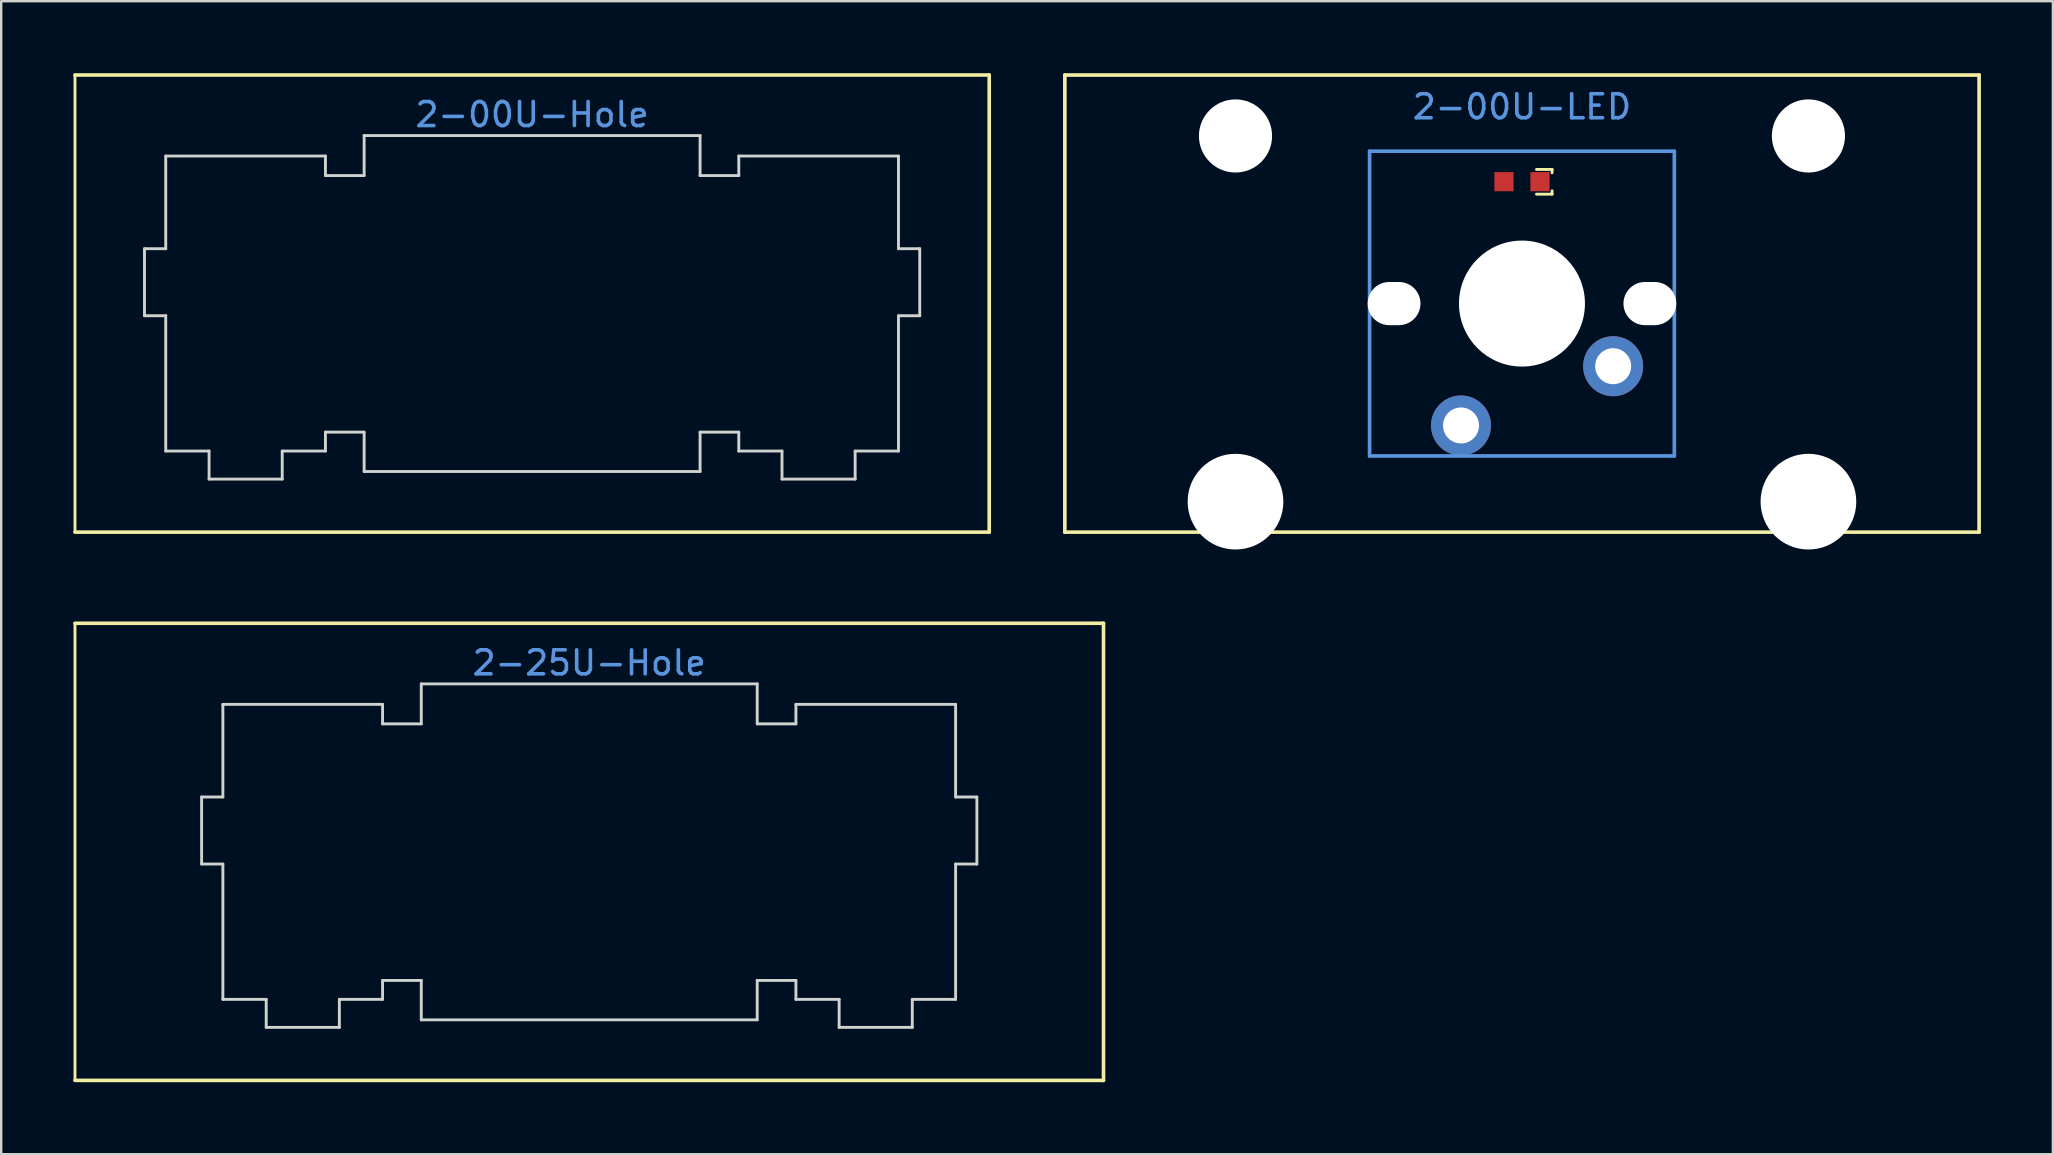
<source format=kicad_pcb>
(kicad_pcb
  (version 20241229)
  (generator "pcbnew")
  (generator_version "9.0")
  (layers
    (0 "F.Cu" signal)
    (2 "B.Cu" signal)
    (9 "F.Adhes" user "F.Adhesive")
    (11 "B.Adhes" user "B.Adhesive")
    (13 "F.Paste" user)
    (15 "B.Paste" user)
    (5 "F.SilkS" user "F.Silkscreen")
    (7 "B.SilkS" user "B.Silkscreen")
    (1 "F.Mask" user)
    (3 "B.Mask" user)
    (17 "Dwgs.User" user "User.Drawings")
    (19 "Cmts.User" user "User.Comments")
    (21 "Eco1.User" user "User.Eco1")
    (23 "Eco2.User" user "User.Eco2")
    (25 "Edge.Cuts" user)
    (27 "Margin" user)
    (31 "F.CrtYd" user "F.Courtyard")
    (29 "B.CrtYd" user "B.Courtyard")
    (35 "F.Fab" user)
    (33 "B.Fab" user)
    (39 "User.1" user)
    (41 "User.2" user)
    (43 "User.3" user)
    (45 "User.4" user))
  (footprint "2-25U-Hole"
    (layer "F.Cu")
    (at 21.506 32.45)
    (property "Reference" "2-25U-Hole" (at 0 -7.874 0) (layer "Cmts.User") (effects (font (size 1 1) (thickness 0.15))))
    (attr through_hole)
    (fp_line (start -21.431 -9.525) (end -21.431 9.525) (stroke (width 0.12) (type solid)) (layer "F.SilkS"))
    (fp_line (start -21.431 -9.525) (end 21.431 -9.525) (stroke (width 0.15) (type solid)) (layer "F.SilkS"))
    (fp_line (start 21.431 -9.525) (end 21.431 9.525) (stroke (width 0.15) (type solid)) (layer "F.SilkS"))
    (fp_line (start 21.431 9.525) (end -21.431 9.525) (stroke (width 0.15) (type solid)) (layer "F.SilkS"))
    (fp_line (start -16.154 -2.286) (end -16.154 0.508) (stroke (width 0.12) (type solid)) (layer "Edge.Cuts"))
    (fp_line (start -15.268 -6.147) (end -15.268 -2.286) (stroke (width 0.12) (type solid)) (layer "Edge.Cuts"))
    (fp_line (start -15.268 -2.286) (end -16.154 -2.286) (stroke (width 0.12) (type solid)) (layer "Edge.Cuts"))
    (fp_line (start -15.268 0.508) (end -16.154 0.508) (stroke (width 0.12) (type solid)) (layer "Edge.Cuts"))
    (fp_line (start -15.268 0.508) (end -15.268 6.147) (stroke (width 0.12) (type solid)) (layer "Edge.Cuts"))
    (fp_line (start -13.462 6.147) (end -15.268 6.147) (stroke (width 0.12) (type solid)) (layer "Edge.Cuts"))
    (fp_line (start -13.462 6.147) (end -13.462 7.315) (stroke (width 0.12) (type solid)) (layer "Edge.Cuts"))
    (fp_line (start -10.414 6.147) (end -10.414 7.315) (stroke (width 0.12) (type solid)) (layer "Edge.Cuts"))
    (fp_line (start -10.414 7.315) (end -13.462 7.315) (stroke (width 0.12) (type solid)) (layer "Edge.Cuts"))
    (fp_line (start -8.613 -6.147) (end -15.268 -6.147) (stroke (width 0.12) (type solid)) (layer "Edge.Cuts"))
    (fp_line (start -8.613 -6.147) (end -8.613 -5.334) (stroke (width 0.12) (type default)) (layer "Edge.Cuts"))
    (fp_line (start -8.613 -5.334) (end -7 -5.334) (stroke (width 0.12) (type default)) (layer "Edge.Cuts"))
    (fp_line (start -8.613 5.359) (end -7 5.359) (stroke (width 0.12) (type default)) (layer "Edge.Cuts"))
    (fp_line (start -8.613 6.147) (end -10.414 6.147) (stroke (width 0.12) (type solid)) (layer "Edge.Cuts"))
    (fp_line (start -8.613 6.147) (end -8.613 5.359) (stroke (width 0.12) (type default)) (layer "Edge.Cuts"))
    (fp_line (start -7 -7) (end -7 -5.334) (stroke (width 0.12) (type solid)) (layer "Edge.Cuts"))
    (fp_line (start -7 -7) (end 7 -7) (stroke (width 0.12) (type solid)) (layer "Edge.Cuts"))
    (fp_line (start -7 7) (end -7 5.359) (stroke (width 0.12) (type solid)) (layer "Edge.Cuts"))
    (fp_line (start -7 7) (end 7 7) (stroke (width 0.12) (type solid)) (layer "Edge.Cuts"))
    (fp_line (start 7 -7) (end 7 -5.334) (stroke (width 0.12) (type solid)) (layer "Edge.Cuts"))
    (fp_line (start 7 7) (end 7 5.359) (stroke (width 0.12) (type solid)) (layer "Edge.Cuts"))
    (fp_line (start 8.613 -6.147) (end 8.613 -5.334) (stroke (width 0.12) (type default)) (layer "Edge.Cuts"))
    (fp_line (start 8.613 -6.147) (end 15.268 -6.147) (stroke (width 0.12) (type solid)) (layer "Edge.Cuts"))
    (fp_line (start 8.613 -5.334) (end 7 -5.334) (stroke (width 0.12) (type default)) (layer "Edge.Cuts"))
    (fp_line (start 8.613 5.359) (end 7 5.359) (stroke (width 0.12) (type default)) (layer "Edge.Cuts"))
    (fp_line (start 8.613 6.147) (end 8.613 5.359) (stroke (width 0.12) (type default)) (layer "Edge.Cuts"))
    (fp_line (start 8.613 6.147) (end 10.414 6.147) (stroke (width 0.12) (type solid)) (layer "Edge.Cuts"))
    (fp_line (start 10.414 6.147) (end 10.414 7.315) (stroke (width 0.12) (type solid)) (layer "Edge.Cuts"))
    (fp_line (start 10.414 7.315) (end 13.462 7.315) (stroke (width 0.12) (type solid)) (layer "Edge.Cuts"))
    (fp_line (start 13.462 6.147) (end 13.462 7.315) (stroke (width 0.12) (type solid)) (layer "Edge.Cuts"))
    (fp_line (start 13.462 6.147) (end 15.268 6.147) (stroke (width 0.12) (type solid)) (layer "Edge.Cuts"))
    (fp_line (start 15.268 -6.147) (end 15.268 -2.286) (stroke (width 0.12) (type solid)) (layer "Edge.Cuts"))
    (fp_line (start 15.268 -2.286) (end 16.154 -2.286) (stroke (width 0.12) (type solid)) (layer "Edge.Cuts"))
    (fp_line (start 15.268 0.508) (end 15.268 6.147) (stroke (width 0.12) (type solid)) (layer "Edge.Cuts"))
    (fp_line (start 15.268 0.508) (end 16.154 0.508) (stroke (width 0.12) (type solid)) (layer "Edge.Cuts"))
    (fp_line (start 16.154 -2.286) (end 16.154 0.508) (stroke (width 0.12) (type solid)) (layer "Edge.Cuts")))
  (footprint "2-00U-Hole"
    (layer "F.Cu")
    (at 19.125 9.6)
    (property "Reference" "2-00U-Hole" (at 0 -7.874 0) (layer "Cmts.User") (effects (font (size 1 1) (thickness 0.15))))
    (attr through_hole)
    (fp_line (start -19.05 -9.525) (end -19.05 9.525) (stroke (width 0.12) (type solid)) (layer "F.SilkS"))
    (fp_line (start -19.05 -9.525) (end 19.05 -9.525) (stroke (width 0.15) (type solid)) (layer "F.SilkS"))
    (fp_line (start 19.05 -9.525) (end 19.05 9.525) (stroke (width 0.15) (type solid)) (layer "F.SilkS"))
    (fp_line (start 19.05 9.525) (end -19.05 9.525) (stroke (width 0.15) (type solid)) (layer "F.SilkS"))
    (fp_line (start -16.154 -2.286) (end -16.154 0.508) (stroke (width 0.12) (type solid)) (layer "Edge.Cuts"))
    (fp_line (start -15.268 -6.147) (end -15.268 -2.286) (stroke (width 0.12) (type solid)) (layer "Edge.Cuts"))
    (fp_line (start -15.268 -2.286) (end -16.154 -2.286) (stroke (width 0.12) (type solid)) (layer "Edge.Cuts"))
    (fp_line (start -15.268 0.508) (end -16.154 0.508) (stroke (width 0.12) (type solid)) (layer "Edge.Cuts"))
    (fp_line (start -15.268 0.508) (end -15.268 6.147) (stroke (width 0.12) (type solid)) (layer "Edge.Cuts"))
    (fp_line (start -13.462 6.147) (end -15.268 6.147) (stroke (width 0.12) (type solid)) (layer "Edge.Cuts"))
    (fp_line (start -13.462 6.147) (end -13.462 7.315) (stroke (width 0.12) (type solid)) (layer "Edge.Cuts"))
    (fp_line (start -10.414 6.147) (end -10.414 7.315) (stroke (width 0.12) (type solid)) (layer "Edge.Cuts"))
    (fp_line (start -10.414 7.315) (end -13.462 7.315) (stroke (width 0.12) (type solid)) (layer "Edge.Cuts"))
    (fp_line (start -8.613 -6.147) (end -15.268 -6.147) (stroke (width 0.12) (type solid)) (layer "Edge.Cuts"))
    (fp_line (start -8.613 -6.147) (end -8.613 -5.334) (stroke (width 0.12) (type default)) (layer "Edge.Cuts"))
    (fp_line (start -8.613 -5.334) (end -7 -5.334) (stroke (width 0.12) (type default)) (layer "Edge.Cuts"))
    (fp_line (start -8.613 5.359) (end -7 5.359) (stroke (width 0.12) (type default)) (layer "Edge.Cuts"))
    (fp_line (start -8.613 6.147) (end -10.414 6.147) (stroke (width 0.12) (type solid)) (layer "Edge.Cuts"))
    (fp_line (start -8.613 6.147) (end -8.613 5.359) (stroke (width 0.12) (type default)) (layer "Edge.Cuts"))
    (fp_line (start -7 -7) (end -7 -5.334) (stroke (width 0.12) (type solid)) (layer "Edge.Cuts"))
    (fp_line (start -7 -7) (end 7 -7) (stroke (width 0.12) (type solid)) (layer "Edge.Cuts"))
    (fp_line (start -7 7) (end -7 5.359) (stroke (width 0.12) (type solid)) (layer "Edge.Cuts"))
    (fp_line (start -7 7) (end 7 7) (stroke (width 0.12) (type solid)) (layer "Edge.Cuts"))
    (fp_line (start 7 -7) (end 7 -5.334) (stroke (width 0.12) (type solid)) (layer "Edge.Cuts"))
    (fp_line (start 7 7) (end 7 5.359) (stroke (width 0.12) (type solid)) (layer "Edge.Cuts"))
    (fp_line (start 8.613 -6.147) (end 8.613 -5.334) (stroke (width 0.12) (type default)) (layer "Edge.Cuts"))
    (fp_line (start 8.613 -6.147) (end 15.268 -6.147) (stroke (width 0.12) (type solid)) (layer "Edge.Cuts"))
    (fp_line (start 8.613 -5.334) (end 7 -5.334) (stroke (width 0.12) (type default)) (layer "Edge.Cuts"))
    (fp_line (start 8.613 5.359) (end 7 5.359) (stroke (width 0.12) (type default)) (layer "Edge.Cuts"))
    (fp_line (start 8.613 6.147) (end 8.613 5.359) (stroke (width 0.12) (type default)) (layer "Edge.Cuts"))
    (fp_line (start 8.613 6.147) (end 10.414 6.147) (stroke (width 0.12) (type solid)) (layer "Edge.Cuts"))
    (fp_line (start 10.414 6.147) (end 10.414 7.315) (stroke (width 0.12) (type solid)) (layer "Edge.Cuts"))
    (fp_line (start 10.414 7.315) (end 13.462 7.315) (stroke (width 0.12) (type solid)) (layer "Edge.Cuts"))
    (fp_line (start 13.462 6.147) (end 13.462 7.315) (stroke (width 0.12) (type solid)) (layer "Edge.Cuts"))
    (fp_line (start 13.462 6.147) (end 15.268 6.147) (stroke (width 0.12) (type solid)) (layer "Edge.Cuts"))
    (fp_line (start 15.268 -6.147) (end 15.268 -2.286) (stroke (width 0.12) (type solid)) (layer "Edge.Cuts"))
    (fp_line (start 15.268 -2.286) (end 16.154 -2.286) (stroke (width 0.12) (type solid)) (layer "Edge.Cuts"))
    (fp_line (start 15.268 0.508) (end 15.268 6.147) (stroke (width 0.12) (type solid)) (layer "Edge.Cuts"))
    (fp_line (start 15.268 0.508) (end 16.154 0.508) (stroke (width 0.12) (type solid)) (layer "Edge.Cuts"))
    (fp_line (start 16.154 -2.286) (end 16.154 0.508) (stroke (width 0.12) (type solid)) (layer "Edge.Cuts")))
  (footprint "2-00U-LED"
    (layer "F.Cu")
    (at 60.376 4.521)
    (property "Reference" "2-00U-LED" (at 0 -3.12 0) (layer "Cmts.User") (effects (font (size 1 1) (thickness 0.15))))
    (attr smd)
    (fp_line (start -19.05 -4.445) (end 19.05 -4.445) (stroke (width 0.152) (type solid)) (layer "F.SilkS"))
    (fp_line (start -19.05 14.605) (end -19.05 -4.445) (stroke (width 0.152) (type solid)) (layer "F.SilkS"))
    (fp_line (start 0.605 -0.51) (end 1.255 -0.51) (stroke (width 0.12) (type solid)) (layer "F.SilkS"))
    (fp_line (start 0.605 0.52) (end 1.255 0.52) (stroke (width 0.12) (type solid)) (layer "F.SilkS"))
    (fp_line (start 1.255 -0.51) (end 1.255 -0.37) (stroke (width 0.12) (type solid)) (layer "F.SilkS"))
    (fp_line (start 1.255 0.52) (end 1.255 0.38) (stroke (width 0.12) (type solid)) (layer "F.SilkS"))
    (fp_line (start 19.05 -4.445) (end 19.05 14.605) (stroke (width 0.152) (type solid)) (layer "F.SilkS"))
    (fp_line (start 19.05 14.605) (end -19.05 14.605) (stroke (width 0.152) (type solid)) (layer "F.SilkS"))
    (fp_line (start -6.35 -1.27) (end 6.35 -1.27) (stroke (width 0.152) (type solid)) (layer "Cmts.User"))
    (fp_line (start -6.35 11.43) (end -6.35 -1.27) (stroke (width 0.152) (type solid)) (layer "Cmts.User"))
    (fp_line (start 6.35 -1.27) (end 6.35 11.43) (stroke (width 0.152) (type solid)) (layer "Cmts.User"))
    (fp_line (start 6.35 11.43) (end -6.35 11.43) (stroke (width 0.152) (type solid)) (layer "Cmts.User"))
    (pad "" np_thru_hole circle (at -11.938 -1.905 180) (size 3.048 3.048) (drill 3.048) (layers "*.Cu" "*.Mask"))
    (pad "" np_thru_hole circle (at -11.938 13.335 180) (size 3.988 3.988) (drill 3.988) (layers "*.Cu" "*.Mask"))
    (pad "" np_thru_hole oval (at -5.33 5.08 270) (size 1.8 2.2) (drill oval 1.8 2.2) (layers "*.Cu" "*.Mask"))
    (pad "" np_thru_hole circle (at 0 5.08 180) (size 5.25 5.25) (drill 5.25) (layers "*.Cu" "*.Mask"))
    (pad "" np_thru_hole oval (at 5.33 5.08 270) (size 1.8 2.2) (drill oval 1.8 2.2) (layers "*.Cu" "*.Mask"))
    (pad "" np_thru_hole circle (at 11.938 -1.905 180) (size 3.048 3.048) (drill 3.048) (layers "*.Cu" "*.Mask"))
    (pad "" np_thru_hole circle (at 11.938 13.335 180) (size 3.988 3.988) (drill 3.988) (layers "*.Cu" "*.Mask"))
    (pad "1" thru_hole circle (at -2.54 10.16 90) (size 2.5 2.5) (drill 1.499) (layers "*.Cu" "*.Mask"))
    (pad "2" thru_hole circle (at 3.8 7.69 225) (size 2.5 2.5) (drill 1.499) (layers "*.Cu" "*.Mask"))
    (pad "3" smd rect (at 0.75 0 90) (size 0.8 0.8) (layers "F.Cu" "F.Mask" "F.Paste"))
    (pad "4" smd rect (at -0.75 0 90) (size 0.8 0.8) (layers "F.Cu" "F.Mask" "F.Paste")))
  (gr_rect
    (start -3 -3)
    (end 82.502 45.05)
    (stroke (width 0.1) (type default))
    (fill no)
    (layer "Edge.Cuts")))
</source>
